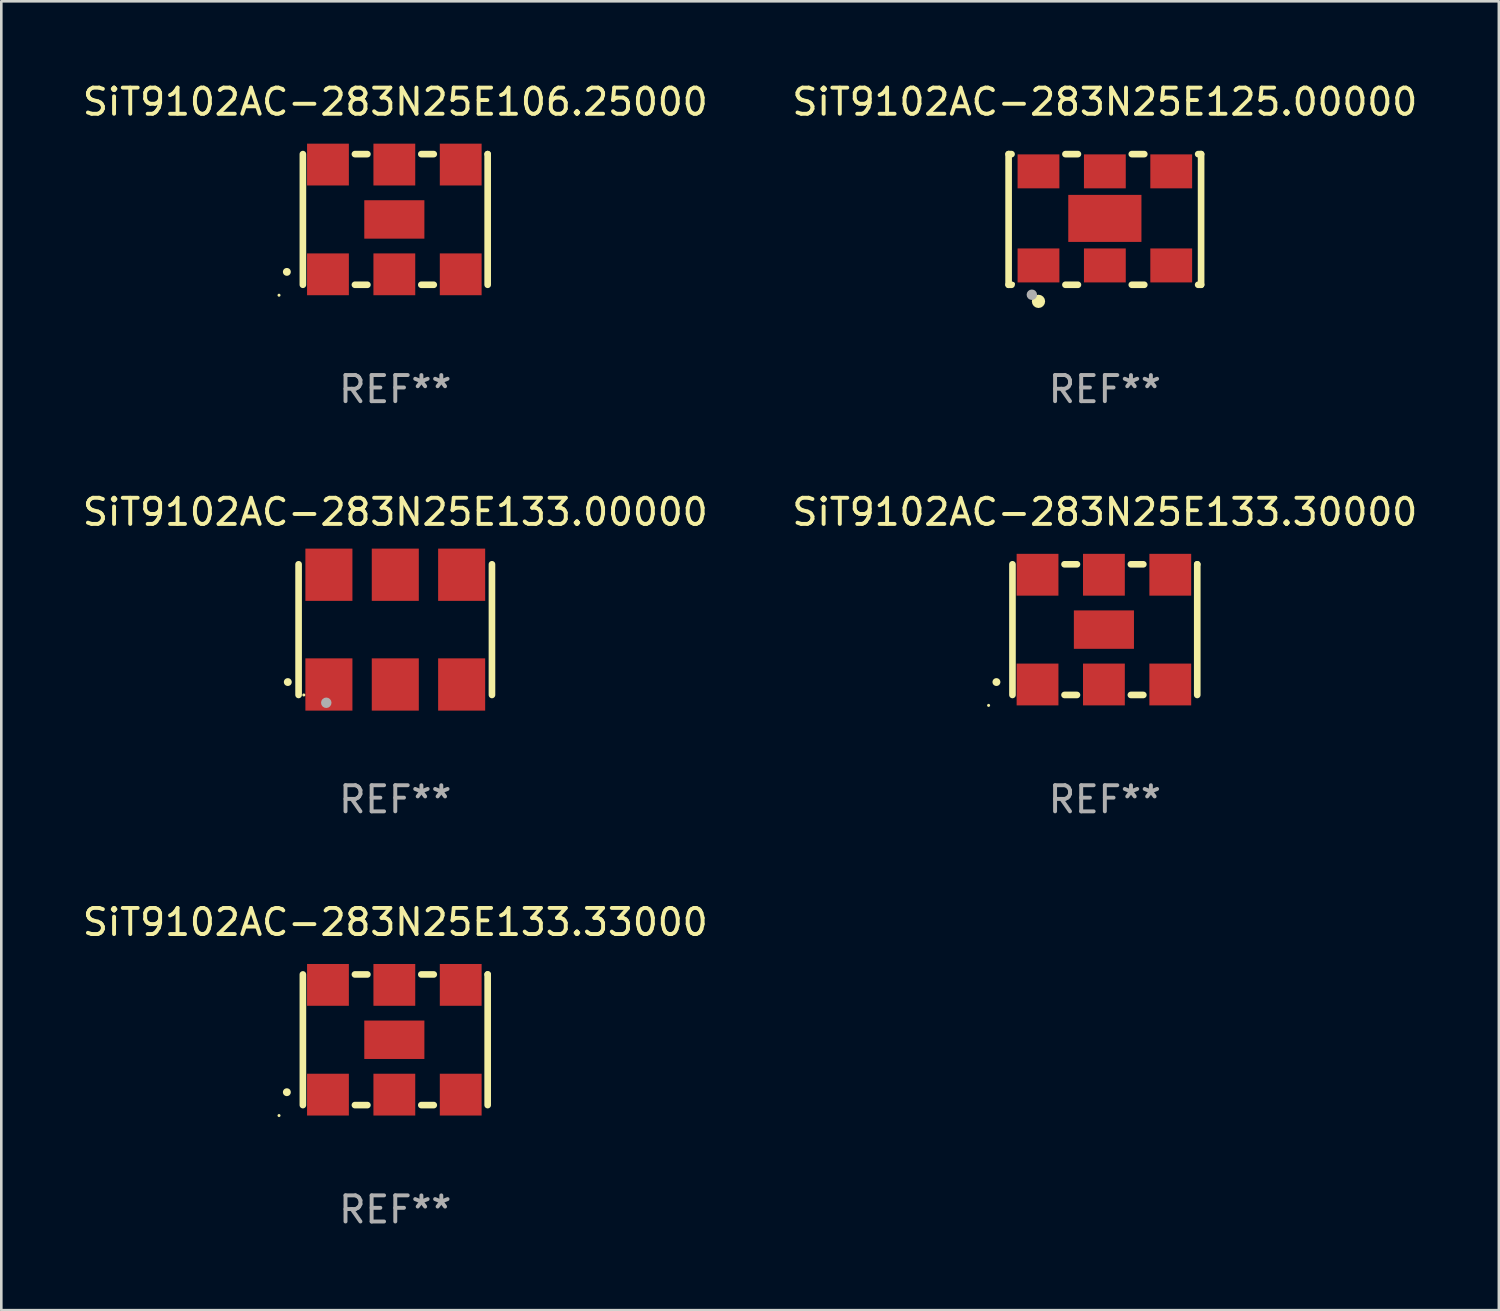
<source format=kicad_pcb>
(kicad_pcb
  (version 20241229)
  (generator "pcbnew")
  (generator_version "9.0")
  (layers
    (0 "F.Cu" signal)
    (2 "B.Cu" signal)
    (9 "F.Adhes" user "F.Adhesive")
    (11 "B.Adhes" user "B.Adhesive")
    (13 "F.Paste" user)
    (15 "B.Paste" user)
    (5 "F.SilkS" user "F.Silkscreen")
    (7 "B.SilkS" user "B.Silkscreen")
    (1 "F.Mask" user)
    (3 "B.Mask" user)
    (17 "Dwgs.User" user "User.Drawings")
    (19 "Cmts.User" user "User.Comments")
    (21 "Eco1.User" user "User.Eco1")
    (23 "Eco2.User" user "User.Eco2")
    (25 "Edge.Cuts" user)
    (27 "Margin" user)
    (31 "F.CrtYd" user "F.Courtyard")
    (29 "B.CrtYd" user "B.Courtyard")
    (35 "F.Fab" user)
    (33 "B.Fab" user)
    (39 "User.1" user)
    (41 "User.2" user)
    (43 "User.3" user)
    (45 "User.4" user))
  (footprint "SiT9102AC-283N25E133.33000"
    (layer "F.Cu")
    (at 12.077 36.741)
    (property "Reference" "SiT9102AC-283N25E133.33000" (at 0 -4.5 0) (layer "F.SilkS") (effects (font (size 1 1) (thickness 0.15))))
    (attr through_hole)
    (fp_line (start -3.536 -2.5) (end -3.536 2.5) (stroke (width 0.254) (type solid)) (layer "F.SilkS"))
    (fp_line (start -1.544 2.5) (end -1.067 2.5) (stroke (width 0.254) (type solid)) (layer "F.SilkS"))
    (fp_line (start -1.067 -2.5) (end -1.544 -2.5) (stroke (width 0.254) (type solid)) (layer "F.SilkS"))
    (fp_line (start 0.996 2.5) (end 1.473 2.5) (stroke (width 0.254) (type solid)) (layer "F.SilkS"))
    (fp_line (start 1.473 -2.5) (end 0.996 -2.5) (stroke (width 0.254) (type solid)) (layer "F.SilkS"))
    (fp_line (start 3.536 -2.5) (end 3.536 -2.5) (stroke (width 0.254) (type solid)) (layer "F.SilkS"))
    (fp_line (start 3.536 2.5) (end 3.536 -2.5) (stroke (width 0.254) (type solid)) (layer "F.SilkS"))
    (fp_arc (start -4.150432 2.006604) (mid -4.149162 2.006599) (end -4.147892 2.006604) (stroke (width 0.3) (type solid)) (layer "F.SilkS"))
    (fp_circle (center -4.449 2.9) (end -4.419 2.9) (stroke (width 0.06) (type solid)) (fill no) (layer "F.SilkS"))
    (fp_text user "REF**" (at 0 6.5 0) (layer "F.Fab") (effects (font (size 1 1) (thickness 0.15))))
    (pad "1" smd rect (at -2.576 2.1) (size 1.6 1.6) (layers "F.Cu" "F.Mask" "F.Paste"))
    (pad "2" smd rect (at -0.036 2.1) (size 1.6 1.6) (layers "F.Cu" "F.Mask" "F.Paste"))
    (pad "3" smd rect (at 2.504 2.1) (size 1.6 1.6) (layers "F.Cu" "F.Mask" "F.Paste"))
    (pad "4" smd rect (at 2.504 -2.1) (size 1.6 1.6) (layers "F.Cu" "F.Mask" "F.Paste"))
    (pad "5" smd rect (at -0.036 -2.1) (size 1.6 1.6) (layers "F.Cu" "F.Mask" "F.Paste"))
    (pad "6" smd rect (at -2.576 -2.1) (size 1.6 1.6) (layers "F.Cu" "F.Mask" "F.Paste"))
    (pad "7" smd rect (at -0.036 0) (size 2.3 1.47) (layers "F.Cu" "F.Mask" "F.Paste")))
  (footprint "SiT9102AC-283N25E106.25000"
    (layer "F.Cu")
    (at 12.077 5.348)
    (property "Reference" "SiT9102AC-283N25E106.25000" (at 0 -4.5 0) (layer "F.SilkS") (effects (font (size 1 1) (thickness 0.15))))
    (attr through_hole)
    (fp_line (start -3.536 -2.5) (end -3.536 2.5) (stroke (width 0.254) (type solid)) (layer "F.SilkS"))
    (fp_line (start -1.544 2.5) (end -1.067 2.5) (stroke (width 0.254) (type solid)) (layer "F.SilkS"))
    (fp_line (start -1.067 -2.5) (end -1.544 -2.5) (stroke (width 0.254) (type solid)) (layer "F.SilkS"))
    (fp_line (start 0.996 2.5) (end 1.473 2.5) (stroke (width 0.254) (type solid)) (layer "F.SilkS"))
    (fp_line (start 1.473 -2.5) (end 0.996 -2.5) (stroke (width 0.254) (type solid)) (layer "F.SilkS"))
    (fp_line (start 3.536 -2.5) (end 3.536 -2.5) (stroke (width 0.254) (type solid)) (layer "F.SilkS"))
    (fp_line (start 3.536 2.5) (end 3.536 -2.5) (stroke (width 0.254) (type solid)) (layer "F.SilkS"))
    (fp_arc (start -4.150432 2.006604) (mid -4.149162 2.006599) (end -4.147892 2.006604) (stroke (width 0.3) (type solid)) (layer "F.SilkS"))
    (fp_circle (center -4.449 2.9) (end -4.419 2.9) (stroke (width 0.06) (type solid)) (fill no) (layer "F.SilkS"))
    (fp_text user "REF**" (at 0 6.5 0) (layer "F.Fab") (effects (font (size 1 1) (thickness 0.15))))
    (pad "1" smd rect (at -2.576 2.1) (size 1.6 1.6) (layers "F.Cu" "F.Mask" "F.Paste"))
    (pad "2" smd rect (at -0.036 2.1) (size 1.6 1.6) (layers "F.Cu" "F.Mask" "F.Paste"))
    (pad "3" smd rect (at 2.504 2.1) (size 1.6 1.6) (layers "F.Cu" "F.Mask" "F.Paste"))
    (pad "4" smd rect (at 2.504 -2.1) (size 1.6 1.6) (layers "F.Cu" "F.Mask" "F.Paste"))
    (pad "5" smd rect (at -0.036 -2.1) (size 1.6 1.6) (layers "F.Cu" "F.Mask" "F.Paste"))
    (pad "6" smd rect (at -2.576 -2.1) (size 1.6 1.6) (layers "F.Cu" "F.Mask" "F.Paste"))
    (pad "7" smd rect (at -0.036 0) (size 2.3 1.47) (layers "F.Cu" "F.Mask" "F.Paste")))
  (footprint "SiT9102AC-283N25E133.30000"
    (layer "F.Cu")
    (at 39.232 21.045)
    (property "Reference" "SiT9102AC-283N25E133.30000" (at 0 -4.5 0) (layer "F.SilkS") (effects (font (size 1 1) (thickness 0.15))))
    (attr through_hole)
    (fp_line (start -3.536 -2.5) (end -3.536 2.5) (stroke (width 0.254) (type solid)) (layer "F.SilkS"))
    (fp_line (start -1.544 2.5) (end -1.067 2.5) (stroke (width 0.254) (type solid)) (layer "F.SilkS"))
    (fp_line (start -1.067 -2.5) (end -1.544 -2.5) (stroke (width 0.254) (type solid)) (layer "F.SilkS"))
    (fp_line (start 0.996 2.5) (end 1.473 2.5) (stroke (width 0.254) (type solid)) (layer "F.SilkS"))
    (fp_line (start 1.473 -2.5) (end 0.996 -2.5) (stroke (width 0.254) (type solid)) (layer "F.SilkS"))
    (fp_line (start 3.536 -2.5) (end 3.536 -2.5) (stroke (width 0.254) (type solid)) (layer "F.SilkS"))
    (fp_line (start 3.536 2.5) (end 3.536 -2.5) (stroke (width 0.254) (type solid)) (layer "F.SilkS"))
    (fp_arc (start -4.150432 2.006604) (mid -4.149162 2.006599) (end -4.147892 2.006604) (stroke (width 0.3) (type solid)) (layer "F.SilkS"))
    (fp_circle (center -4.449 2.9) (end -4.419 2.9) (stroke (width 0.06) (type solid)) (fill no) (layer "F.SilkS"))
    (fp_text user "REF**" (at 0 6.5 0) (layer "F.Fab") (effects (font (size 1 1) (thickness 0.15))))
    (pad "1" smd rect (at -2.576 2.1) (size 1.6 1.6) (layers "F.Cu" "F.Mask" "F.Paste"))
    (pad "2" smd rect (at -0.036 2.1) (size 1.6 1.6) (layers "F.Cu" "F.Mask" "F.Paste"))
    (pad "3" smd rect (at 2.504 2.1) (size 1.6 1.6) (layers "F.Cu" "F.Mask" "F.Paste"))
    (pad "4" smd rect (at 2.504 -2.1) (size 1.6 1.6) (layers "F.Cu" "F.Mask" "F.Paste"))
    (pad "5" smd rect (at -0.036 -2.1) (size 1.6 1.6) (layers "F.Cu" "F.Mask" "F.Paste"))
    (pad "6" smd rect (at -2.576 -2.1) (size 1.6 1.6) (layers "F.Cu" "F.Mask" "F.Paste"))
    (pad "7" smd rect (at -0.036 0) (size 2.3 1.47) (layers "F.Cu" "F.Mask" "F.Paste")))
  (footprint "SiT9102AC-283N25E133.00000"
    (layer "F.Cu")
    (at 12.077 21.045)
    (property "Reference" "SiT9102AC-283N25E133.00000" (at 0 -4.5 0) (layer "F.SilkS") (effects (font (size 1 1) (thickness 0.15))))
    (attr through_hole)
    (fp_line (start -3.7 -2.5) (end -3.7 2.5) (stroke (width 0.254) (type solid)) (layer "F.SilkS"))
    (fp_line (start 3.7 -2.5) (end 3.7 2.5) (stroke (width 0.254) (type solid)) (layer "F.SilkS"))
    (fp_arc (start -4.114415 2.006604) (mid -4.113145 2.006599) (end -4.111875 2.006604) (stroke (width 0.3) (type solid)) (layer "F.SilkS"))
    (fp_circle (center -3.5 2.501) (end -3.47 2.501) (stroke (width 0.06) (type solid)) (fill no) (layer "F.SilkS"))
    (fp_circle (center -2.641 2.799) (end -2.541 2.799) (stroke (width 0.2) (type solid)) (fill no) (layer "F.Fab"))
    (fp_text user "REF**" (at 0 6.5 0) (layer "F.Fab") (effects (font (size 1 1) (thickness 0.15))))
    (pad "1" smd rect (at -2.54 2.1) (size 1.8 2) (layers "F.Cu" "F.Mask" "F.Paste"))
    (pad "2" smd rect (at 0.000394 2.1) (size 1.8 2) (layers "F.Cu" "F.Mask" "F.Paste"))
    (pad "3" smd rect (at 2.54 2.1) (size 1.8 2) (layers "F.Cu" "F.Mask" "F.Paste"))
    (pad "4" smd rect (at 2.54 -2.1) (size 1.8 2) (layers "F.Cu" "F.Mask" "F.Paste"))
    (pad "5" smd rect (at 0.000394 -2.1) (size 1.8 2) (layers "F.Cu" "F.Mask" "F.Paste"))
    (pad "6" smd rect (at -2.54 -2.1) (size 1.8 2) (layers "F.Cu" "F.Mask" "F.Paste")))
  (footprint "SiT9102AC-283N25E125.00000"
    (layer "F.Cu")
    (at 39.232 5.348)
    (property "Reference" "SiT9102AC-283N25E125.00000" (at 0 -4.5 0) (layer "F.SilkS") (effects (font (size 1 1) (thickness 0.15))))
    (attr through_hole)
    (fp_line (start -3.683 -2.5) (end -3.571 -2.5) (stroke (width 0.254) (type solid)) (layer "F.SilkS"))
    (fp_line (start -3.683 2.5) (end -3.683 -2.5) (stroke (width 0.254) (type solid)) (layer "F.SilkS"))
    (fp_line (start -3.683 2.5) (end -3.571 2.5) (stroke (width 0.254) (type solid)) (layer "F.SilkS"))
    (fp_line (start -1.509 -2.5) (end -1.031 -2.5) (stroke (width 0.254) (type solid)) (layer "F.SilkS"))
    (fp_line (start -1.509 2.5) (end -1.031 2.5) (stroke (width 0.254) (type solid)) (layer "F.SilkS"))
    (fp_line (start 1.031 -2.5) (end 1.509 -2.5) (stroke (width 0.254) (type solid)) (layer "F.SilkS"))
    (fp_line (start 1.031 2.5) (end 1.509 2.5) (stroke (width 0.254) (type solid)) (layer "F.SilkS"))
    (fp_line (start 3.571 -2.5) (end 3.683 -2.5) (stroke (width 0.254) (type solid)) (layer "F.SilkS"))
    (fp_line (start 3.571 2.5) (end 3.683 2.5) (stroke (width 0.254) (type solid)) (layer "F.SilkS"))
    (fp_line (start 3.683 2.5) (end 3.683 -2.5) (stroke (width 0.254) (type solid)) (layer "F.SilkS"))
    (fp_circle (center -3.5 2.46) (end -3.47 2.46) (stroke (width 0.06) (type solid)) (fill no) (layer "F.SilkS"))
    (fp_circle (center -2.54 3.135) (end -2.413 3.135) (stroke (width 0.254) (type solid)) (fill no) (layer "F.SilkS"))
    (fp_circle (center -2.794 2.881) (end -2.694 2.881) (stroke (width 0.2) (type solid)) (fill no) (layer "F.Fab"))
    (fp_text user "REF**" (at 0 6.5 0) (layer "F.Fab") (effects (font (size 1 1) (thickness 0.15))))
    (pad "1" smd rect (at -2.54 1.76) (size 1.6 1.3) (layers "F.Cu" "F.Mask" "F.Paste"))
    (pad "2" smd rect (at 0 1.76) (size 1.6 1.3) (layers "F.Cu" "F.Mask" "F.Paste"))
    (pad "3" smd rect (at 2.54 1.76) (size 1.6 1.3) (layers "F.Cu" "F.Mask" "F.Paste"))
    (pad "4" smd rect (at 2.54 -1.84) (size 1.6 1.3) (layers "F.Cu" "F.Mask" "F.Paste"))
    (pad "5" smd rect (at 0 -1.84) (size 1.6 1.3) (layers "F.Cu" "F.Mask" "F.Paste"))
    (pad "6" smd rect (at -2.54 -1.84) (size 1.6 1.3) (layers "F.Cu" "F.Mask" "F.Paste"))
    (pad "7" smd rect (at 0 -0.04) (size 2.8 1.8) (layers "F.Cu" "F.Mask" "F.Paste")))
  (gr_rect
    (start -3 -3)
    (end 54.31 47.09)
    (stroke (width 0.1) (type default))
    (fill no)
    (layer "Edge.Cuts")))
</source>
